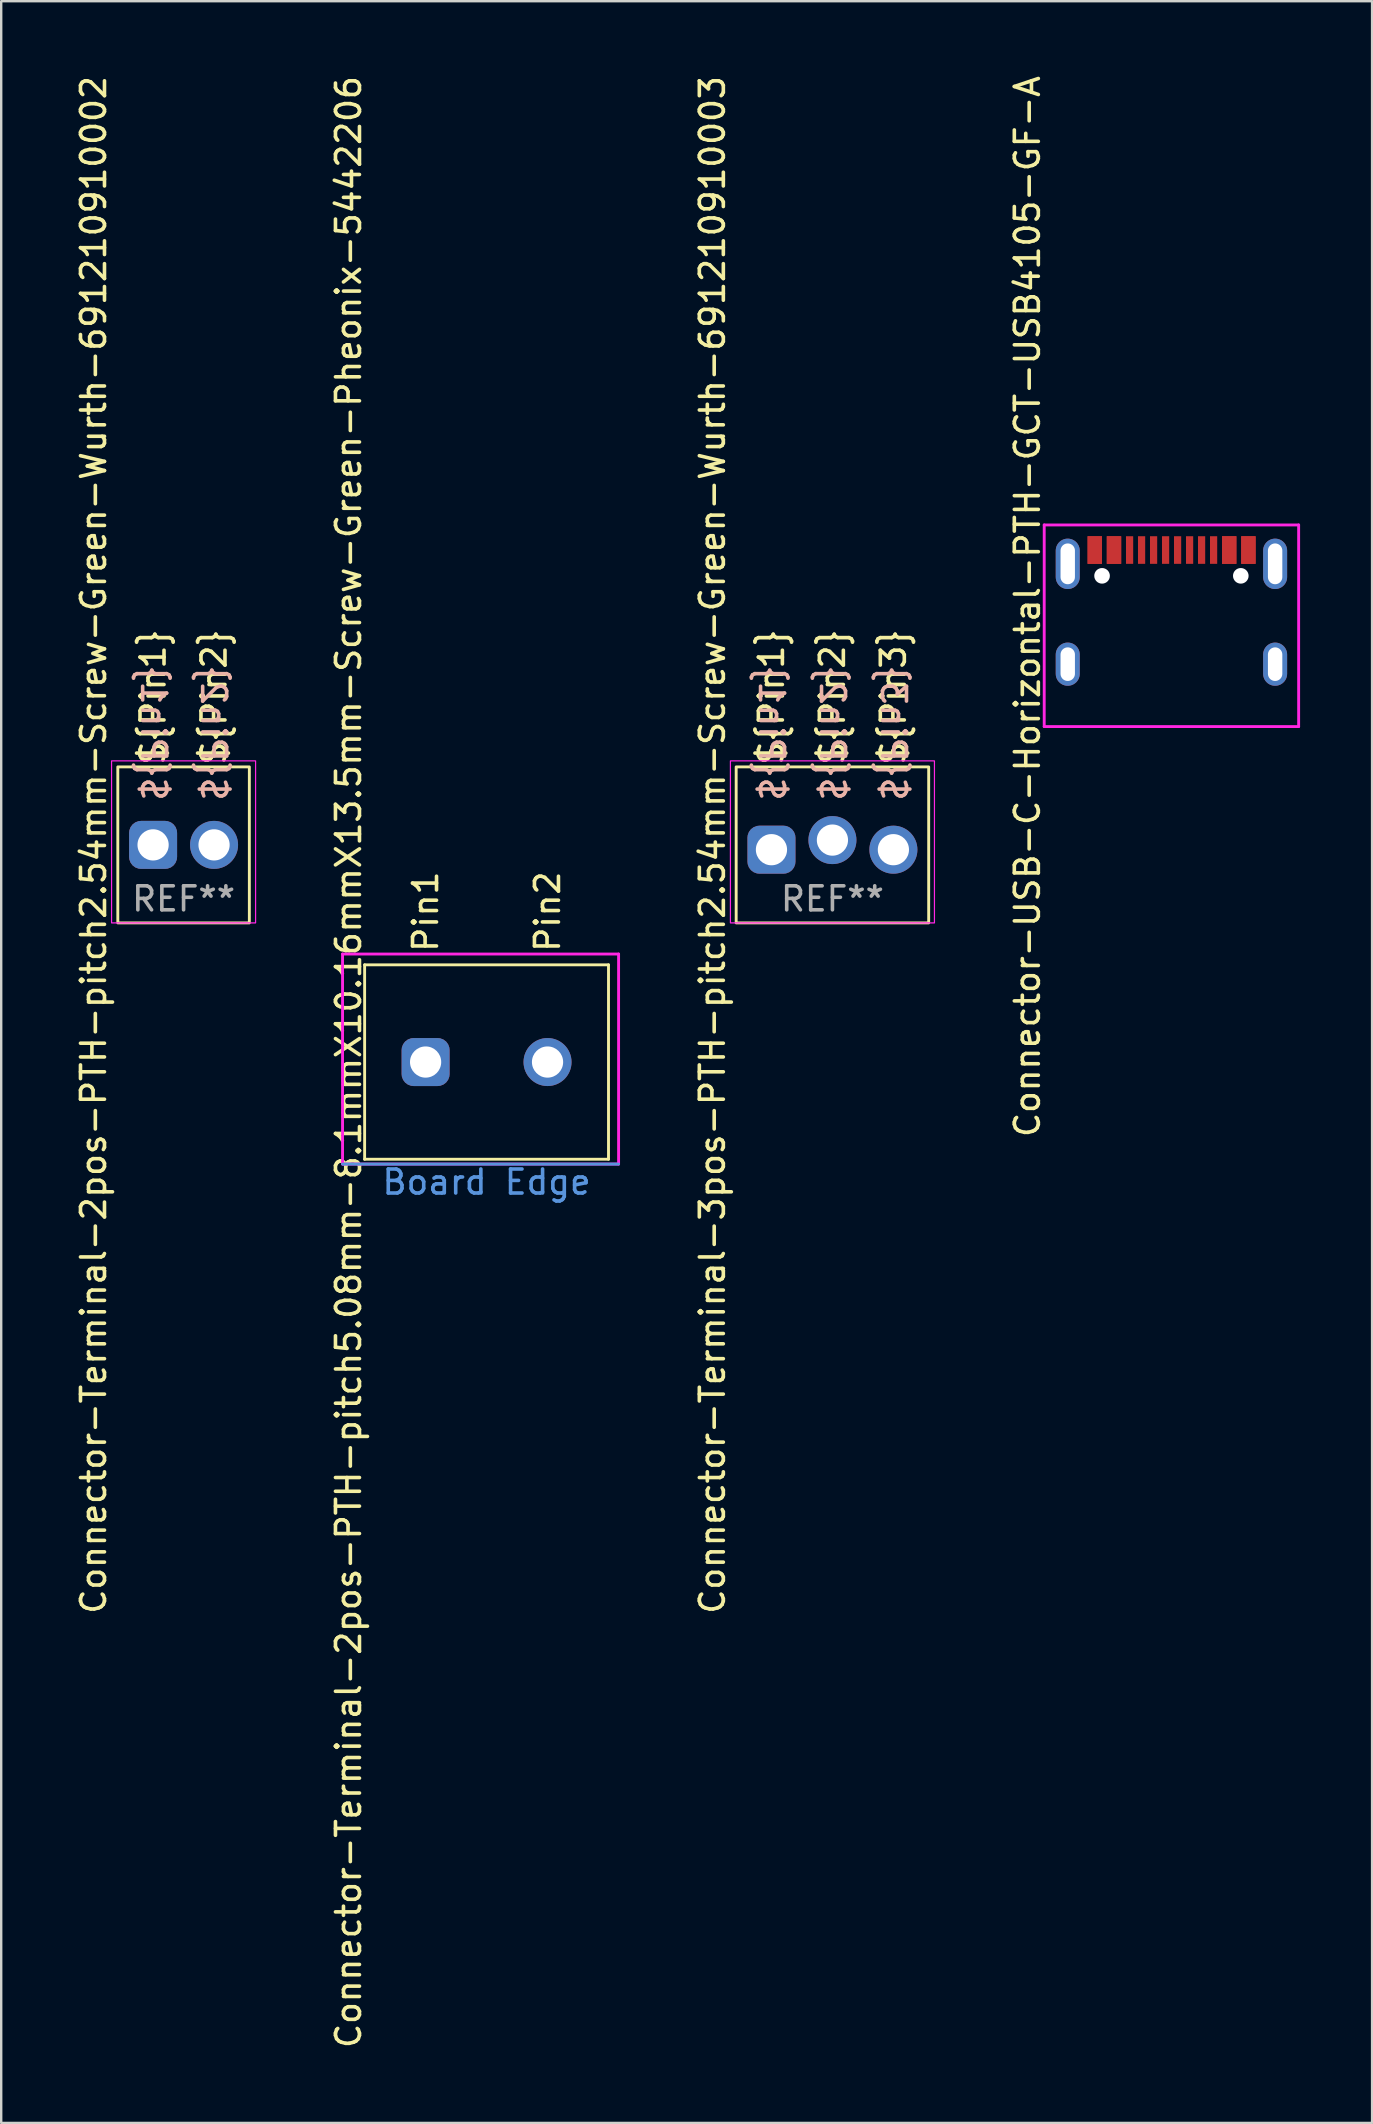
<source format=kicad_pcb>
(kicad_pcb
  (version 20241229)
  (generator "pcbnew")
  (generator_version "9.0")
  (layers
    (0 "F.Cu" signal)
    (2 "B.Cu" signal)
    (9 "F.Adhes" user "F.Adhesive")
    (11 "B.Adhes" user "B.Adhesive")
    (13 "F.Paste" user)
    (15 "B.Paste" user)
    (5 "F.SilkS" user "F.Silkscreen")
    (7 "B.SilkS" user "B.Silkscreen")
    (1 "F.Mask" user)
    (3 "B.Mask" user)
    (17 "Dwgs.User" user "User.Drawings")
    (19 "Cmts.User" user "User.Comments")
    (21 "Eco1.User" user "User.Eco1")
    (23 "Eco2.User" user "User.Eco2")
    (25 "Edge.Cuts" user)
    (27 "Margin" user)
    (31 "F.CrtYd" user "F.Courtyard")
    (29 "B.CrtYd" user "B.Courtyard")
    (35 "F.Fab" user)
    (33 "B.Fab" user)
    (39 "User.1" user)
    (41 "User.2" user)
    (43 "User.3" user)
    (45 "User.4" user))
  (footprint "Connector-Terminal-2pos-PTH-pitch2.54mm-Screw-Green-Wurth-691210910002"
    (layer "F.Cu")
    (at 4.598 32.149)
    (property "Reference" "Connector-Terminal-2pos-PTH-pitch2.54mm-Screw-Green-Wurth-691210910002" (at -3.75 0 90) (layer "F.SilkS") (effects (font (size 1 1) (thickness 0.15))))
    (attr through_hole)
    (fp_rect (start -2.74 -3.25) (end 2.74 3.25) (stroke (width 0.12) (type solid)) (fill no) (layer "F.SilkS"))
    (fp_rect (start -3 -3.5) (end 3 3.25) (stroke (width 0.05) (type solid)) (fill no) (layer "F.CrtYd"))
    (fp_text user "${Pin2}" (at 1.27 -3.25 90) (layer "F.SilkS") (effects (font (size 1 1) (thickness 0.15)) (justify left)))
    (fp_text user "${Pin1}" (at -1.27 -3.25 90) (layer "F.SilkS") (effects (font (size 1 1) (thickness 0.15)) (justify left)))
    (fp_text user "${Pin2}" (at 1.25 -1.75 270) (unlocked yes) (layer "B.SilkS") (effects (font (size 1 1) (thickness 0.15)) (justify left mirror)))
    (fp_text user "${Pin1}" (at -1.25 -1.75 270) (unlocked yes) (layer "B.SilkS") (effects (font (size 1 1) (thickness 0.15)) (justify left mirror)))
    (fp_text user "REF**" (at 0 2.25 0) (unlocked yes) (layer "F.Fab") (effects (font (size 1 1) (thickness 0.15))))
    (pad "1" thru_hole roundrect (at -1.27 0) (size 2 2) (drill 1.3) (layers "*.Cu" "*.Mask") (roundrect_rratio 0.25))
    (pad "2" thru_hole circle (at 1.27 0) (size 2 2) (drill 1.3) (layers "*.Cu" "*.Mask")))
  (footprint "Connector-Terminal-2pos-PTH-pitch5.08mm-8.1mmX10.16mmX13.5mm-Screw-Green-Pheonix-5442206"
    (layer "F.Cu")
    (at 17.221 41.196)
    (property "Reference" "Connector-Terminal-2pos-PTH-pitch5.08mm-8.1mmX10.16mmX13.5mm-Screw-Green-Pheonix-5442206" (at -5.75 0 90) (layer "F.SilkS") (effects (font (size 1 1) (thickness 0.15))))
    (attr through_hole)
    (fp_line (start -5.08 -4.05) (end 5.08 -4.05) (stroke (width 0.12) (type solid)) (layer "F.SilkS"))
    (fp_line (start -5.08 4.05) (end -5.08 -4.05) (stroke (width 0.12) (type solid)) (layer "F.SilkS"))
    (fp_line (start -5.08 4.05) (end 5.08 4.05) (stroke (width 0.12) (type solid)) (layer "F.SilkS"))
    (fp_line (start 5.08 -4.05) (end 5.08 4.05) (stroke (width 0.12) (type solid)) (layer "F.SilkS"))
    (fp_line (start -6 4.25) (end 5.5 4.25) (stroke (width 0.12) (type solid)) (layer "Cmts.User"))
    (fp_line (start -6 -4.5) (end 5.5 -4.5) (stroke (width 0.12) (type solid)) (layer "F.CrtYd"))
    (fp_line (start -6 4.25) (end -6 -4.5) (stroke (width 0.12) (type solid)) (layer "F.CrtYd"))
    (fp_line (start 5.5 -4.5) (end 5.5 4.25) (stroke (width 0.12) (type solid)) (layer "F.CrtYd"))
    (fp_line (start 5.5 4.25) (end -6 4.25) (stroke (width 0.12) (type solid)) (layer "F.CrtYd"))
    (fp_text user "Pin1" (at -2.54 -4.5 90) (layer "F.SilkS") (effects (font (size 1 1) (thickness 0.15)) (justify left)))
    (fp_text user "Pin2" (at 2.54 -4.5 90) (layer "F.SilkS") (effects (font (size 1 1) (thickness 0.15)) (justify left)))
    (fp_text user "Board Edge" (at 0 5 0) (layer "Cmts.User") (effects (font (size 1 1) (thickness 0.15))))
    (pad "1" thru_hole roundrect (at -2.54 0) (size 2 2) (drill 1.3) (layers "*.Cu" "*.Mask") (roundrect_rratio 0.25))
    (pad "2" thru_hole circle (at 2.54 0) (size 2 2) (drill 1.3) (layers "*.Cu" "*.Mask")))
  (footprint "Connector-USB-C-Horizontal-PTH-GCT-USB4105-GF-A"
    (layer "F.Cu")
    (at 45.753 27.22)
    (property "Reference" "Connector-USB-C-Horizontal-PTH-GCT-USB4105-GF-A" (at -6 -5 90) (layer "F.SilkS") (effects (font (size 1 1) (thickness 0.15))))
    (attr smd)
    (fp_line (start -5.3 -8.4) (end 5.3 -8.4) (stroke (width 0.12) (type solid)) (layer "F.CrtYd"))
    (fp_line (start -5.3 0) (end -5.3 -8.4) (stroke (width 0.12) (type solid)) (layer "F.CrtYd"))
    (fp_line (start 5.3 -8.4) (end 5.3 0) (stroke (width 0.12) (type solid)) (layer "F.CrtYd"))
    (fp_line (start 5.3 0) (end -5.3 0) (stroke (width 0.12) (type solid)) (layer "F.CrtYd"))
    (pad "" np_thru_hole circle (at -2.89 -6.28) (size 0.65 0.65) (drill 0.65) (layers "*.Cu" "*.Mask"))
    (pad "" np_thru_hole circle (at 2.89 -6.28) (size 0.65 0.65) (drill 0.65) (layers "*.Cu" "*.Mask"))
    (pad "A1" smd rect (at -3.193 -7.355) (size 0.6 1.15) (layers "F.Cu" "F.Mask" "F.Paste"))
    (pad "A4" smd rect (at -2.393 -7.355) (size 0.6 1.15) (layers "F.Cu" "F.Mask" "F.Paste"))
    (pad "A5" smd rect (at -1.243 -7.355) (size 0.3 1.15) (layers "F.Cu" "F.Mask" "F.Paste"))
    (pad "A6" smd rect (at -0.243 -7.355) (size 0.3 1.15) (layers "F.Cu" "F.Mask" "F.Paste"))
    (pad "A7" smd rect (at 0.257 -7.355) (size 0.3 1.15) (layers "F.Cu" "F.Mask" "F.Paste"))
    (pad "A8" smd rect (at 1.257 -7.355) (size 0.3 1.15) (layers "F.Cu" "F.Mask" "F.Paste"))
    (pad "A9" smd rect (at 2.407 -7.355) (size 0.6 1.15) (layers "F.Cu" "F.Mask" "F.Paste"))
    (pad "A12" smd rect (at 3.207 -7.355) (size 0.6 1.15) (layers "F.Cu" "F.Mask" "F.Paste"))
    (pad "B1" smd rect (at 3.207 -7.355) (size 0.6 1.15) (layers "F.Cu" "F.Mask" "F.Paste"))
    (pad "B4" smd rect (at 2.407 -7.355) (size 0.6 1.15) (layers "F.Cu" "F.Mask" "F.Paste"))
    (pad "B5" smd rect (at 1.757 -7.355) (size 0.3 1.15) (layers "F.Cu" "F.Mask" "F.Paste"))
    (pad "B6" smd rect (at 0.757 -7.355) (size 0.3 1.15) (layers "F.Cu" "F.Mask" "F.Paste"))
    (pad "B7" smd rect (at -0.743 -7.355) (size 0.3 1.15) (layers "F.Cu" "F.Mask" "F.Paste"))
    (pad "B8" smd rect (at -1.743 -7.355) (size 0.3 1.15) (layers "F.Cu" "F.Mask" "F.Paste"))
    (pad "B9" smd rect (at -2.393 -7.355) (size 0.6 1.15) (layers "F.Cu" "F.Mask" "F.Paste"))
    (pad "B12" smd rect (at -3.193 -7.355) (size 0.6 1.15) (layers "F.Cu" "F.Mask" "F.Paste"))
    (pad "S1" thru_hole oval (at -4.32 -6.78) (size 1 2.1) (drill oval 0.6 1.7) (layers "*.Cu" "*.Mask"))
    (pad "S1" thru_hole oval (at -4.32 -2.6) (size 1 1.8) (drill oval 0.6 1.4) (layers "*.Cu" "*.Mask"))
    (pad "S1" thru_hole oval (at 4.32 -6.78) (size 1 2.1) (drill oval 0.6 1.7) (layers "*.Cu" "*.Mask"))
    (pad "S1" thru_hole oval (at 4.32 -2.6) (size 1 1.8) (drill oval 0.6 1.4) (layers "*.Cu" "*.Mask")))
  (footprint "Connector-Terminal-3pos-PTH-pitch2.54mm-Screw-Green-Wurth-691210910003"
    (layer "F.Cu")
    (at 31.63 32.149)
    (property "Reference" "Connector-Terminal-3pos-PTH-pitch2.54mm-Screw-Green-Wurth-691210910003" (at -5 0 90) (layer "F.SilkS") (effects (font (size 1 1) (thickness 0.15))))
    (attr through_hole)
    (fp_rect (start -4.01 -3.25) (end 4.01 3.25) (stroke (width 0.12) (type solid)) (fill no) (layer "F.SilkS"))
    (fp_rect (start -4.25 -3.5) (end 4.25 3.25) (stroke (width 0.05) (type solid)) (fill no) (layer "F.CrtYd"))
    (fp_text user "${Pin3}" (at 2.54 -3.25 90) (layer "F.SilkS") (effects (font (size 1 1) (thickness 0.15)) (justify left)))
    (fp_text user "${Pin1}" (at -2.54 -3.25 90) (layer "F.SilkS") (effects (font (size 1 1) (thickness 0.15)) (justify left)))
    (fp_text user "${Pin2}" (at 0 -3.25 90) (layer "F.SilkS") (effects (font (size 1 1) (thickness 0.15)) (justify left)))
    (fp_text user "${Pin3}" (at 2.54 -1.75 270) (unlocked yes) (layer "B.SilkS") (effects (font (size 1 1) (thickness 0.15)) (justify left mirror)))
    (fp_text user "${Pin2}" (at 0 -1.75 270) (unlocked yes) (layer "B.SilkS") (effects (font (size 1 1) (thickness 0.15)) (justify left mirror)))
    (fp_text user "${Pin1}" (at -2.54 -1.75 270) (unlocked yes) (layer "B.SilkS") (effects (font (size 1 1) (thickness 0.15)) (justify left mirror)))
    (fp_text user "REF**" (at 0 2.25 0) (unlocked yes) (layer "F.Fab") (effects (font (size 1 1) (thickness 0.15))))
    (pad "1" thru_hole roundrect (at -2.54 0.2) (size 2 2) (drill 1.3) (layers "*.Cu" "*.Mask") (roundrect_rratio 0.25))
    (pad "2" thru_hole circle (at 0 -0.2) (size 2 2) (drill 1.3) (layers "*.Cu" "*.Mask"))
    (pad "3" thru_hole circle (at 2.54 0.2) (size 2 2) (drill 1.3) (layers "*.Cu" "*.Mask")))
  (gr_rect
    (start -3 -3)
    (end 54.113 85.393)
    (stroke (width 0.1) (type default))
    (fill no)
    (layer "Edge.Cuts")))
</source>
